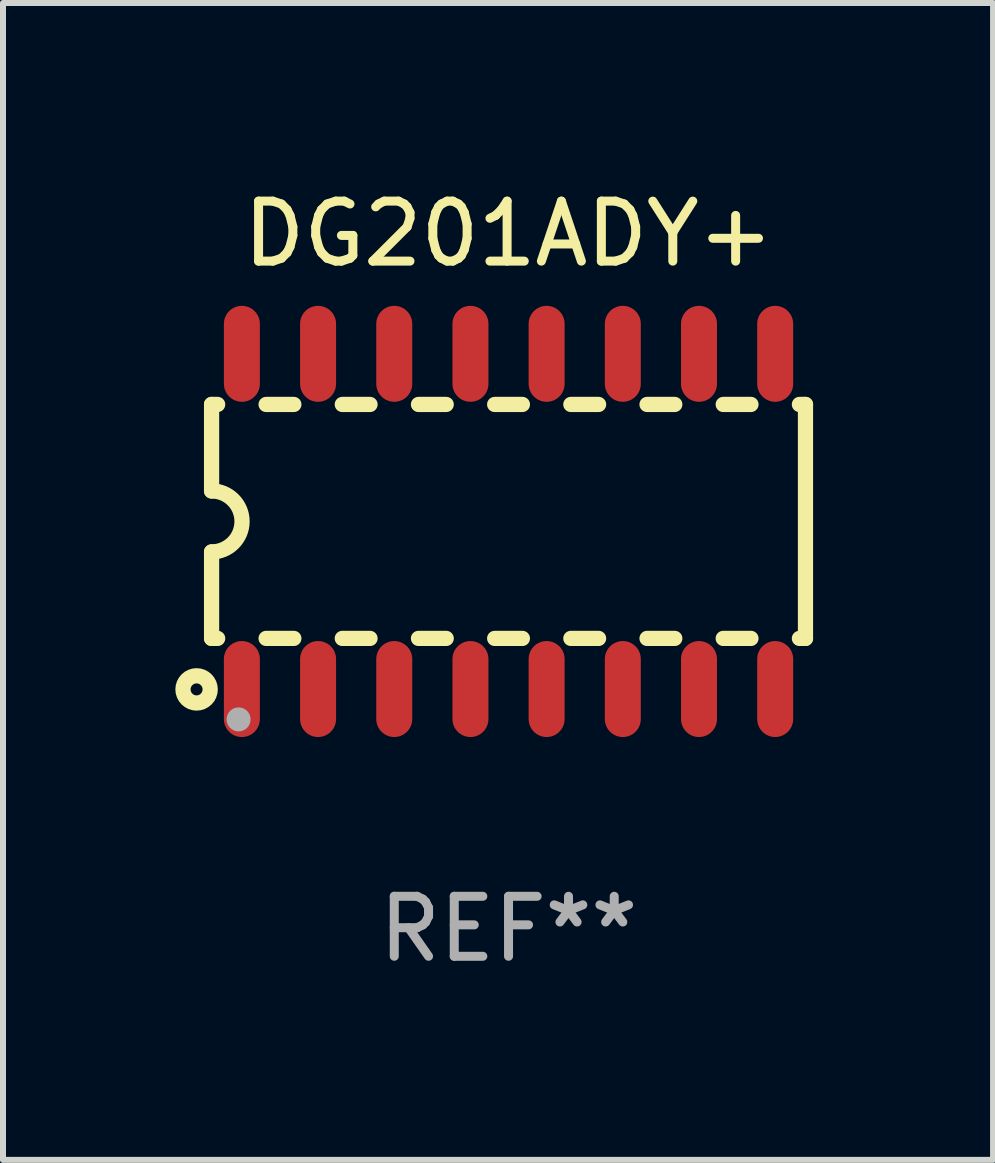
<source format=kicad_pcb>
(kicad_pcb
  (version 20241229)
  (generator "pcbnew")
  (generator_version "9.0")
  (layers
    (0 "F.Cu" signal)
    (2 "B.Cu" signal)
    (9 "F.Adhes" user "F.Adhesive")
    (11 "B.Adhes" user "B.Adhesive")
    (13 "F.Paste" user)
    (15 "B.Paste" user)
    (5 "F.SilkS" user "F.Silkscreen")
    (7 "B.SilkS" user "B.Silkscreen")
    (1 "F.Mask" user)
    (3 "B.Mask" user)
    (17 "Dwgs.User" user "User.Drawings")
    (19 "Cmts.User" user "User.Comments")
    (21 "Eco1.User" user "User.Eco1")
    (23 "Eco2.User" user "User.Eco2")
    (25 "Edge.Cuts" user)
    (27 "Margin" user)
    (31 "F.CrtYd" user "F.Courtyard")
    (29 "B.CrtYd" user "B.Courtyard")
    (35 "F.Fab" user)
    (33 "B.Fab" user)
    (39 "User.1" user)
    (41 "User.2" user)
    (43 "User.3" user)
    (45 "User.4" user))
  (footprint "DG201ADY+"
    (layer "F.Cu")
    (at 5.427 5.642)
    (property "Reference" "DG201ADY+" (at 0 -4.794 0) (layer "F.SilkS") (effects (font (size 1 1) (thickness 0.15))))
    (attr through_hole)
    (fp_line (start -4.95 -1.95) (end -4.95 -0.508) (stroke (width 0.254) (type solid)) (layer "F.SilkS"))
    (fp_line (start -4.95 -1.95) (end -4.849 -1.95) (stroke (width 0.254) (type solid)) (layer "F.SilkS"))
    (fp_line (start -4.95 1.95) (end -4.95 0.508) (stroke (width 0.254) (type solid)) (layer "F.SilkS"))
    (fp_line (start -4.95 1.95) (end -4.849 1.95) (stroke (width 0.254) (type solid)) (layer "F.SilkS"))
    (fp_line (start -4.041 -1.95) (end -3.579 -1.95) (stroke (width 0.254) (type solid)) (layer "F.SilkS"))
    (fp_line (start -4.041 1.95) (end -3.579 1.95) (stroke (width 0.254) (type solid)) (layer "F.SilkS"))
    (fp_line (start -2.771 -1.95) (end -2.309 -1.95) (stroke (width 0.254) (type solid)) (layer "F.SilkS"))
    (fp_line (start -2.771 1.95) (end -2.309 1.95) (stroke (width 0.254) (type solid)) (layer "F.SilkS"))
    (fp_line (start -1.501 -1.95) (end -1.039 -1.95) (stroke (width 0.254) (type solid)) (layer "F.SilkS"))
    (fp_line (start -1.501 1.95) (end -1.039 1.95) (stroke (width 0.254) (type solid)) (layer "F.SilkS"))
    (fp_line (start -0.231 -1.95) (end 0.231 -1.95) (stroke (width 0.254) (type solid)) (layer "F.SilkS"))
    (fp_line (start -0.231 1.95) (end 0.231 1.95) (stroke (width 0.254) (type solid)) (layer "F.SilkS"))
    (fp_line (start 1.039 -1.95) (end 1.501 -1.95) (stroke (width 0.254) (type solid)) (layer "F.SilkS"))
    (fp_line (start 1.039 1.95) (end 1.501 1.95) (stroke (width 0.254) (type solid)) (layer "F.SilkS"))
    (fp_line (start 2.309 -1.95) (end 2.771 -1.95) (stroke (width 0.254) (type solid)) (layer "F.SilkS"))
    (fp_line (start 2.309 1.95) (end 2.771 1.95) (stroke (width 0.254) (type solid)) (layer "F.SilkS"))
    (fp_line (start 3.579 -1.95) (end 4.041 -1.95) (stroke (width 0.254) (type solid)) (layer "F.SilkS"))
    (fp_line (start 3.579 1.95) (end 4.041 1.95) (stroke (width 0.254) (type solid)) (layer "F.SilkS"))
    (fp_line (start 4.849 -1.95) (end 4.95 -1.95) (stroke (width 0.254) (type solid)) (layer "F.SilkS"))
    (fp_line (start 4.849 1.95) (end 4.95 1.95) (stroke (width 0.254) (type solid)) (layer "F.SilkS"))
    (fp_line (start 4.95 -1.95) (end 4.95 1.95) (stroke (width 0.254) (type solid)) (layer "F.SilkS"))
    (fp_arc (start -4.95047 -0.508001) (mid -4.442469 -0.000228) (end -4.950013 0.508001) (stroke (width 0.254001) (type solid)) (layer "F.SilkS"))
    (fp_circle (center -5.2 2.8) (end -5.1 2.8) (stroke (width 0.254) (type solid)) (fill no) (layer "F.SilkS"))
    (fp_circle (center -4.95 2.947) (end -4.92 2.947) (stroke (width 0.06) (type solid)) (fill no) (layer "F.SilkS"))
    (fp_circle (center -4.5 3.3) (end -4.4 3.3) (stroke (width 0.2) (type solid)) (fill no) (layer "F.Fab"))
    (fp_text user "REF**" (at 0 6.794 0) (layer "F.Fab") (effects (font (size 1 1) (thickness 0.15))))
    (pad "1" smd oval (at -4.445 2.794) (size 0.6 1.6) (layers "F.Cu" "F.Mask" "F.Paste"))
    (pad "2" smd oval (at -3.175 2.794) (size 0.6 1.6) (layers "F.Cu" "F.Mask" "F.Paste"))
    (pad "3" smd oval (at -1.905 2.794) (size 0.6 1.6) (layers "F.Cu" "F.Mask" "F.Paste"))
    (pad "4" smd oval (at -0.635 2.794) (size 0.6 1.6) (layers "F.Cu" "F.Mask" "F.Paste"))
    (pad "5" smd oval (at 0.635 2.794) (size 0.6 1.6) (layers "F.Cu" "F.Mask" "F.Paste"))
    (pad "6" smd oval (at 1.905 2.794) (size 0.6 1.6) (layers "F.Cu" "F.Mask" "F.Paste"))
    (pad "7" smd oval (at 3.175 2.794) (size 0.6 1.6) (layers "F.Cu" "F.Mask" "F.Paste"))
    (pad "8" smd oval (at 4.445 2.794) (size 0.6 1.6) (layers "F.Cu" "F.Mask" "F.Paste"))
    (pad "9" smd oval (at 4.445 -2.794) (size 0.6 1.6) (layers "F.Cu" "F.Mask" "F.Paste"))
    (pad "10" smd oval (at 3.175 -2.794) (size 0.6 1.6) (layers "F.Cu" "F.Mask" "F.Paste"))
    (pad "11" smd oval (at 1.905 -2.794) (size 0.6 1.6) (layers "F.Cu" "F.Mask" "F.Paste"))
    (pad "12" smd oval (at 0.635 -2.794) (size 0.6 1.6) (layers "F.Cu" "F.Mask" "F.Paste"))
    (pad "13" smd oval (at -0.635 -2.794) (size 0.6 1.6) (layers "F.Cu" "F.Mask" "F.Paste"))
    (pad "14" smd oval (at -1.905 -2.794) (size 0.6 1.6) (layers "F.Cu" "F.Mask" "F.Paste"))
    (pad "15" smd oval (at -3.175 -2.794) (size 0.6 1.6) (layers "F.Cu" "F.Mask" "F.Paste"))
    (pad "16" smd oval (at -4.445 -2.794) (size 0.6 1.6) (layers "F.Cu" "F.Mask" "F.Paste")))
  (gr_rect
    (start -3 -3)
    (end 13.504 16.285)
    (stroke (width 0.1) (type default))
    (fill no)
    (layer "Edge.Cuts")))
</source>
